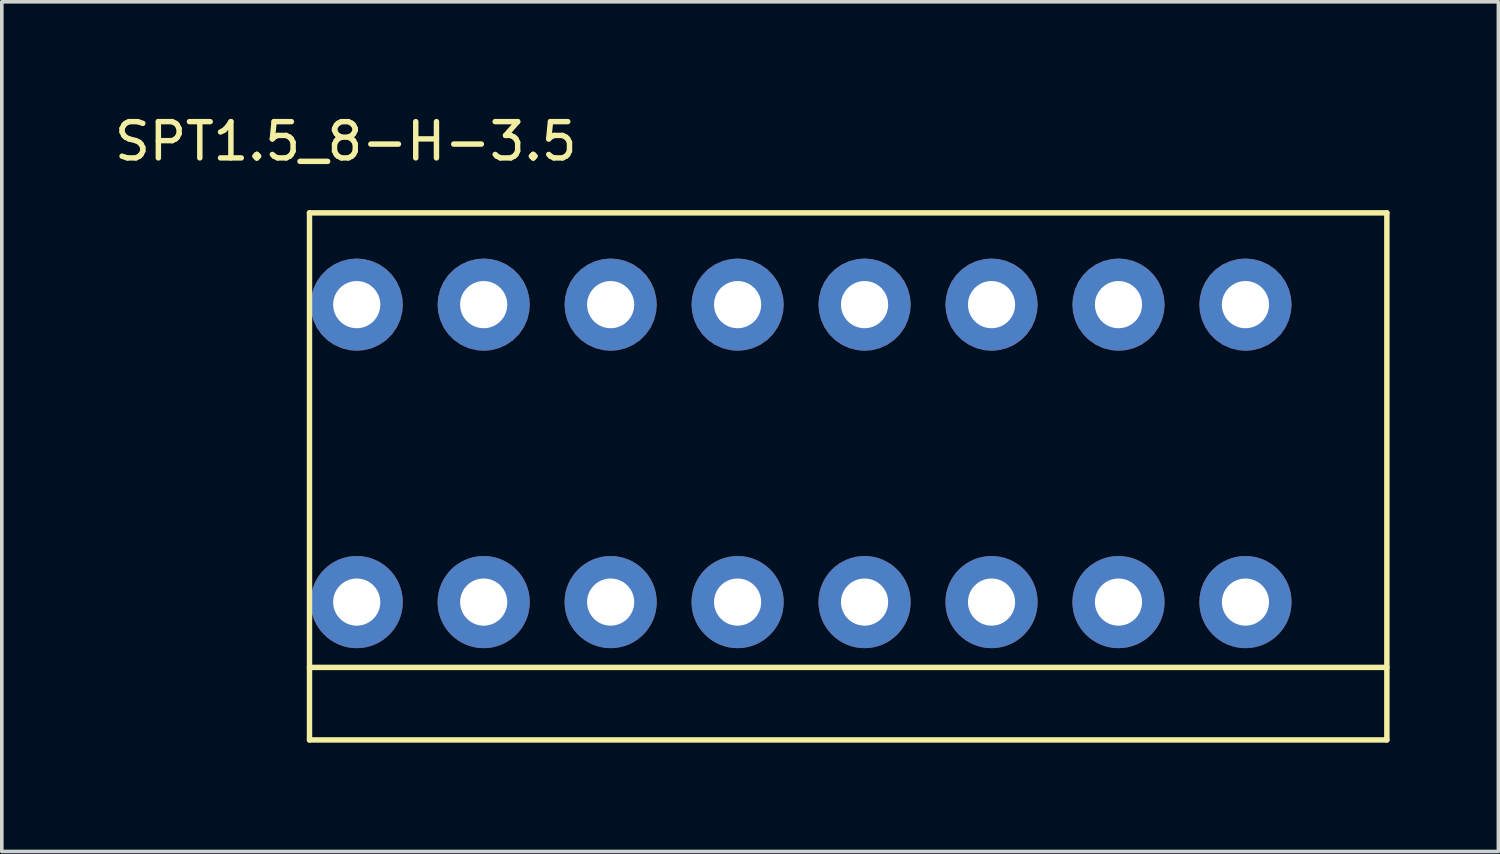
<source format=kicad_pcb>
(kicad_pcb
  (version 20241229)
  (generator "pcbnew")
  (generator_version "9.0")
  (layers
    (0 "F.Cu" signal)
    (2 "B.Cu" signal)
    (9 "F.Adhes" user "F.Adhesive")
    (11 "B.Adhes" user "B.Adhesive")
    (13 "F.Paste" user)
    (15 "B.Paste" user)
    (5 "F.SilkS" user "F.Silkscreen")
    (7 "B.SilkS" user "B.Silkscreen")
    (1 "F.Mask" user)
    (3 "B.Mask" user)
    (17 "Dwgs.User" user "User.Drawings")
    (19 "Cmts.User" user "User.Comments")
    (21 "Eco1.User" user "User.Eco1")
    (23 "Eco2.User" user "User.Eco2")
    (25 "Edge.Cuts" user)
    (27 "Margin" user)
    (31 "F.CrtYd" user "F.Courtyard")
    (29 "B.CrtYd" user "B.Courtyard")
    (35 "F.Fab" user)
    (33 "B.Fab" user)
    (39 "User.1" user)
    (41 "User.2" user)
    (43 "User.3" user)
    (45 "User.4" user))
  (footprint "SPT1.5_8-H-3.5"
    (layer "F.Cu")
    (at 20.482 9.848)
    (property "Reference" "SPT1.5_8-H-3.5" (at -14 -9 0) (layer "F.SilkS") (effects (font (size 1 1) (thickness 0.15))))
    (attr through_hole)
    (fp_line (start -15 -7.03) (end 14.7 -7.03) (stroke (width 0.15) (type solid)) (layer "F.SilkS"))
    (fp_line (start -15 5.5) (end 14.7 5.5) (stroke (width 0.15) (type solid)) (layer "F.SilkS"))
    (fp_line (start -15 7.5) (end -15 -7.03) (stroke (width 0.15) (type solid)) (layer "F.SilkS"))
    (fp_line (start 14.7 -7.03) (end 14.7 7.5) (stroke (width 0.15) (type solid)) (layer "F.SilkS"))
    (fp_line (start 14.7 7.5) (end -14.998 7.5) (stroke (width 0.15) (type solid)) (layer "F.SilkS"))
    (pad "1" thru_hole roundrect (at -13.698 -4.5 180) (size 2.54 2.54) (drill 1.3) (layers "*.Cu" "*.Mask") (roundrect_rratio 0.5))
    (pad "1" thru_hole circle (at -13.698 3.7 180) (size 2.54 2.54) (drill 1.3) (layers "*.Cu" "*.Mask"))
    (pad "2" thru_hole roundrect (at -10.198 -4.5 180) (size 2.54 2.54) (drill 1.3) (layers "*.Cu" "*.Mask") (roundrect_rratio 0.5))
    (pad "2" thru_hole circle (at -10.198 3.7 180) (size 2.54 2.54) (drill 1.3) (layers "*.Cu" "*.Mask"))
    (pad "3" thru_hole roundrect (at -6.698 -4.5 180) (size 2.54 2.54) (drill 1.3) (layers "*.Cu" "*.Mask") (roundrect_rratio 0.5))
    (pad "3" thru_hole circle (at -6.698 3.7 180) (size 2.54 2.54) (drill 1.3) (layers "*.Cu" "*.Mask"))
    (pad "4" thru_hole roundrect (at -3.198 -4.5 180) (size 2.54 2.54) (drill 1.3) (layers "*.Cu" "*.Mask") (roundrect_rratio 0.5))
    (pad "4" thru_hole circle (at -3.198 3.7 180) (size 2.54 2.54) (drill 1.3) (layers "*.Cu" "*.Mask"))
    (pad "5" thru_hole roundrect (at 0.302 -4.5 180) (size 2.54 2.54) (drill 1.3) (layers "*.Cu" "*.Mask") (roundrect_rratio 0.5))
    (pad "5" thru_hole circle (at 0.302 3.7 180) (size 2.54 2.54) (drill 1.3) (layers "*.Cu" "*.Mask"))
    (pad "6" thru_hole roundrect (at 3.802 -4.5 180) (size 2.54 2.54) (drill 1.3) (layers "*.Cu" "*.Mask") (roundrect_rratio 0.5))
    (pad "6" thru_hole circle (at 3.802 3.7 180) (size 2.54 2.54) (drill 1.3) (layers "*.Cu" "*.Mask"))
    (pad "7" thru_hole roundrect (at 7.302 -4.5 180) (size 2.54 2.54) (drill 1.3) (layers "*.Cu" "*.Mask") (roundrect_rratio 0.5))
    (pad "7" thru_hole circle (at 7.302 3.7 180) (size 2.54 2.54) (drill 1.3) (layers "*.Cu" "*.Mask"))
    (pad "8" thru_hole roundrect (at 10.802 -4.5 180) (size 2.54 2.54) (drill 1.3) (layers "*.Cu" "*.Mask") (roundrect_rratio 0.5))
    (pad "8" thru_hole circle (at 10.802 3.7 180) (size 2.54 2.54) (drill 1.3) (layers "*.Cu" "*.Mask")))
  (gr_rect
    (start -3 -3)
    (end 38.257 20.423)
    (stroke (width 0.1) (type default))
    (fill no)
    (layer "Edge.Cuts")))
</source>
